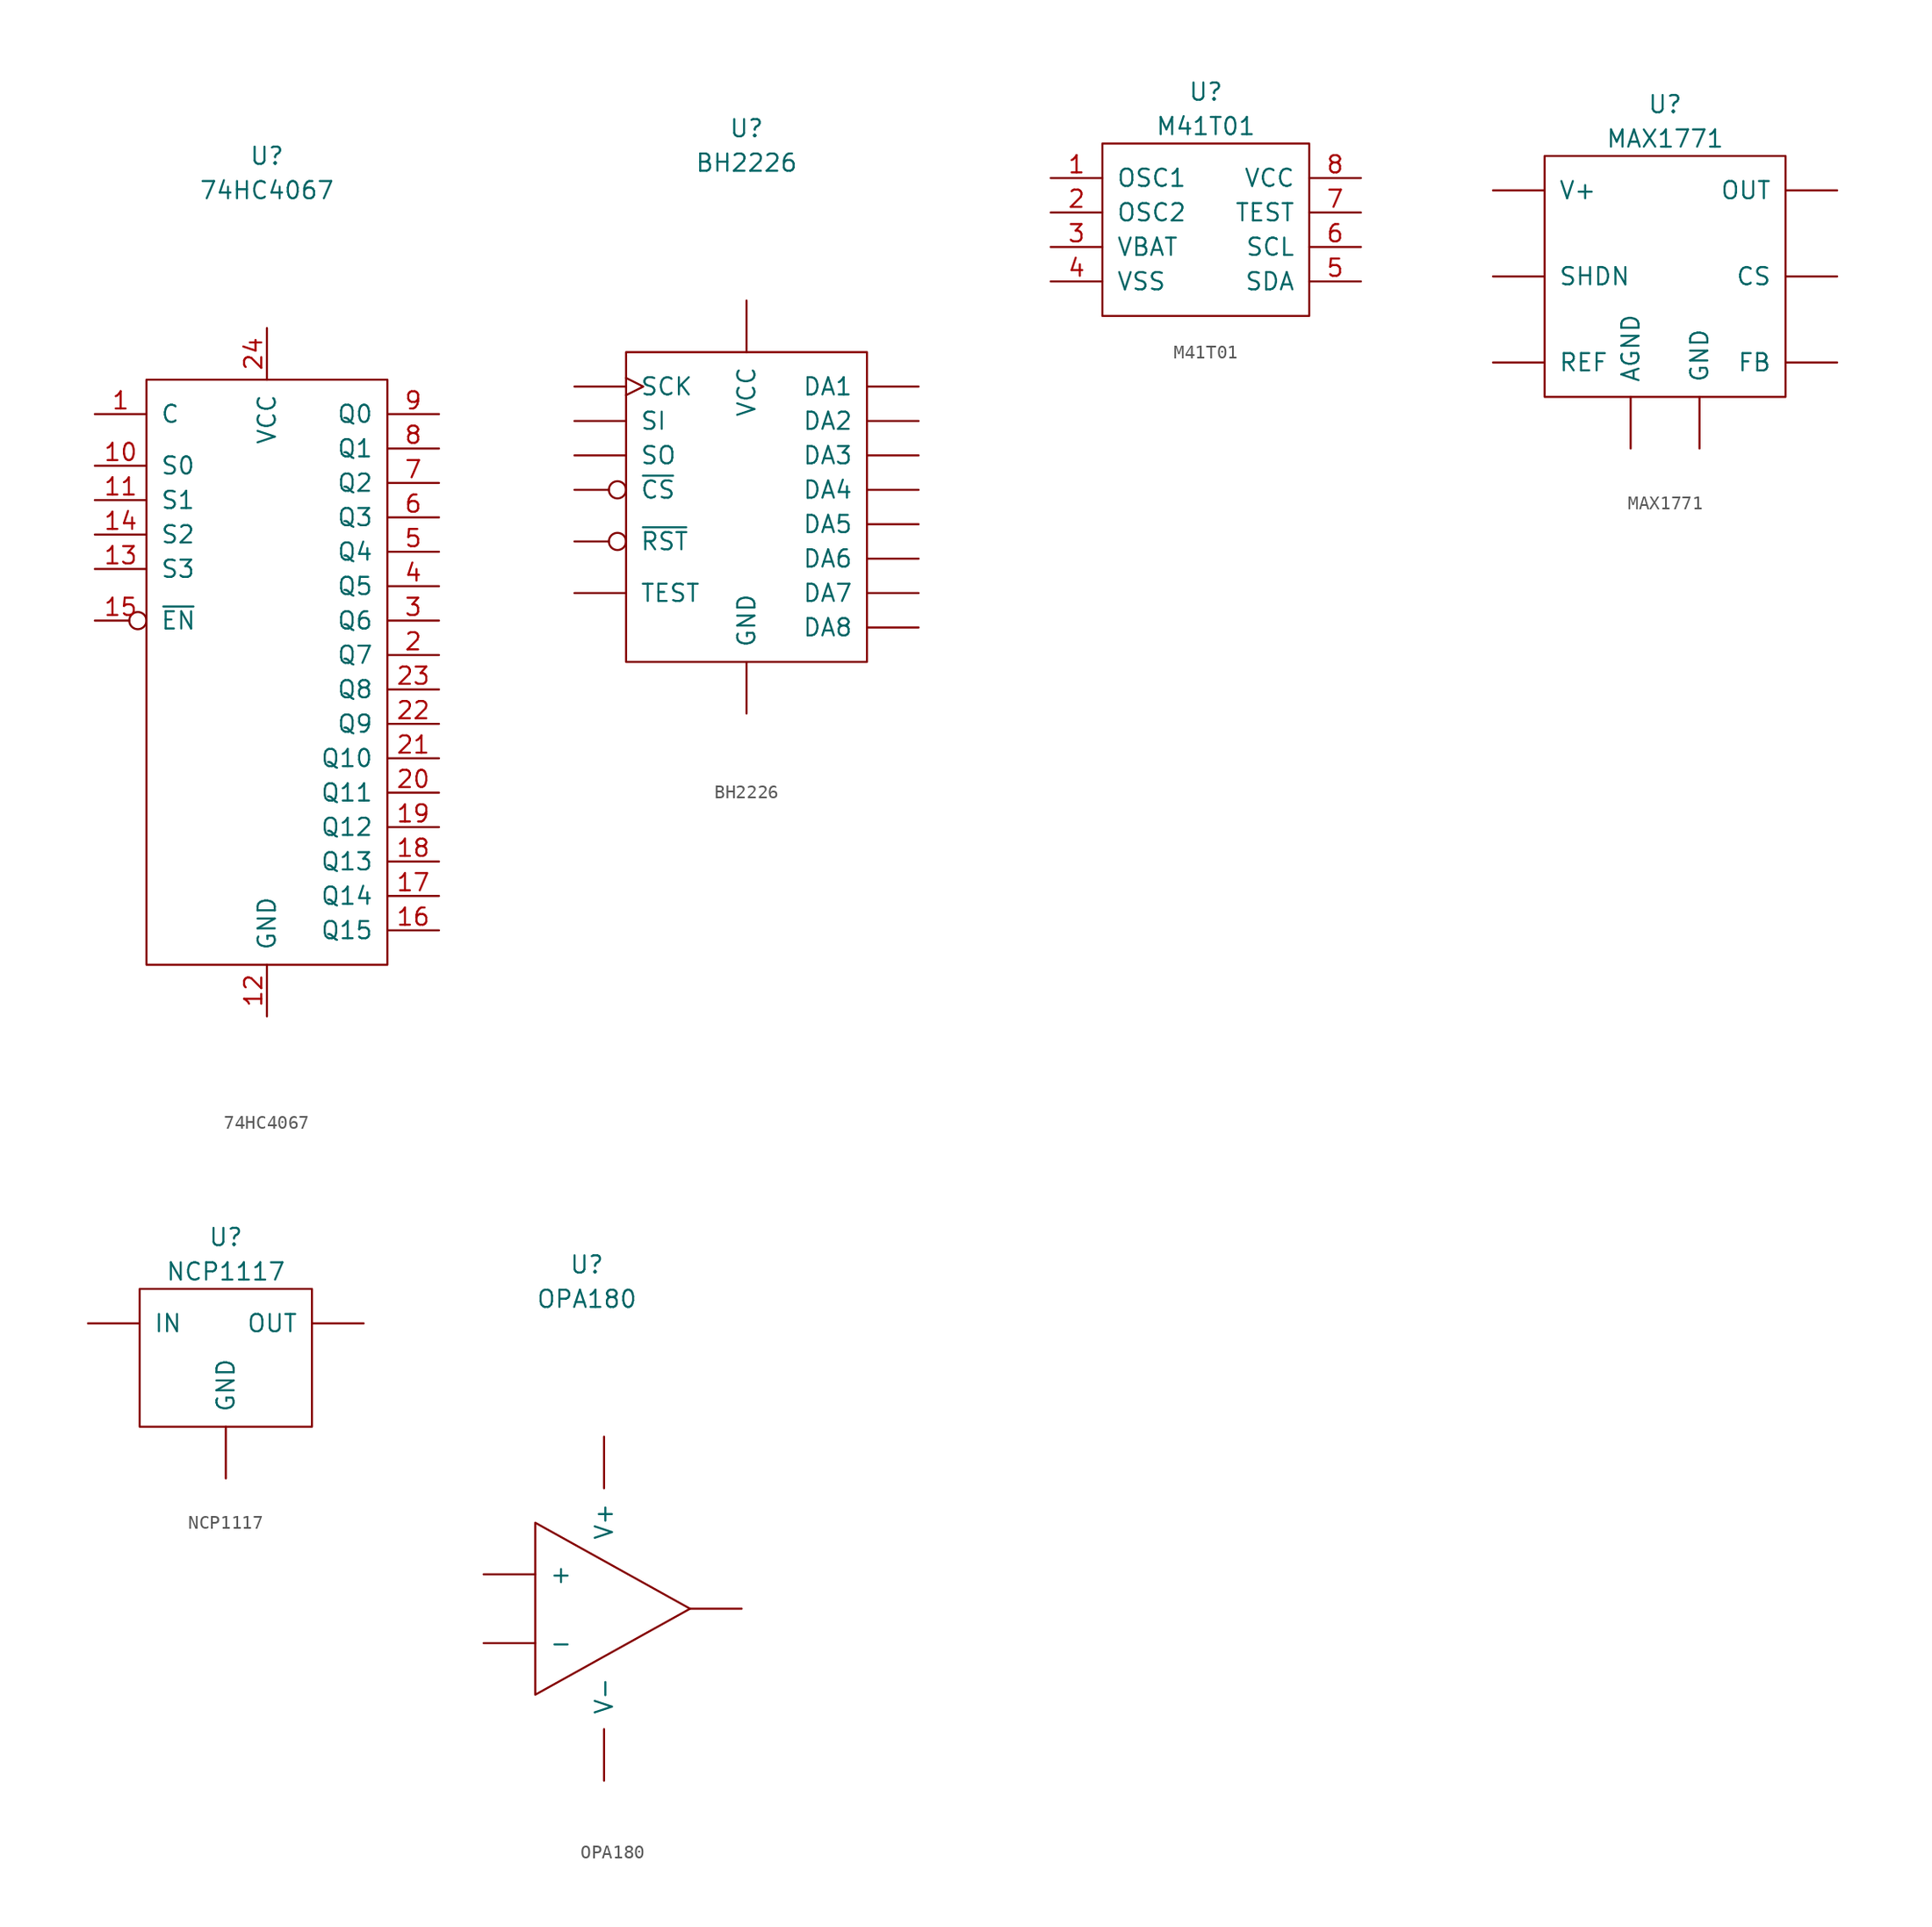
<source format=kicad_sym>
(kicad_symbol_lib
  (version 20211014)
  (generator kicad_symbol_editor)
  (symbol "74HC4067"
    (pin_names
      (offset 1.016))
    (property "Reference" "U"
      (at 0 36.83 0)
      (effects (font (size 1.27 1.27))))
    (property "Value" "74HC4067"
      (at 0 34.29 0)
      (effects (font (size 1.27 1.27))))
    (symbol "74HC4067_0_1"
      (rectangle (start -8.89 20.32) (end 8.89 -22.86) (stroke (width 0) (type default) (color 0 0 0 0)) (fill (type none))))
    (symbol "74HC4067_1_1"
      (pin bidirectional line (at -12.7 17.78 0) (length 3.81) (name "C" (effects (font (size 1.27 1.27)))) (number "1" (effects (font (size 1.27 1.27)))))
      (pin input line (at -12.7 13.97 0) (length 3.81) (name "S0" (effects (font (size 1.27 1.27)))) (number "10" (effects (font (size 1.27 1.27)))))
      (pin input line (at -12.7 11.43 0) (length 3.81) (name "S1" (effects (font (size 1.27 1.27)))) (number "11" (effects (font (size 1.27 1.27)))))
      (pin power_in line (at 0 -26.67 90) (length 3.81) (name "GND" (effects (font (size 1.27 1.27)))) (number "12" (effects (font (size 1.27 1.27)))))
      (pin input line (at -12.7 6.35 0) (length 3.81) (name "S3" (effects (font (size 1.27 1.27)))) (number "13" (effects (font (size 1.27 1.27)))))
      (pin input line (at -12.7 8.89 0) (length 3.81) (name "S2" (effects (font (size 1.27 1.27)))) (number "14" (effects (font (size 1.27 1.27)))))
      (pin input inverted (at -12.7 2.54 0) (length 3.81) (name "~{EN}" (effects (font (size 1.27 1.27)))) (number "15" (effects (font (size 1.27 1.27)))))
      (pin bidirectional line (at 12.7 -20.32 180) (length 3.81) (name "Q15" (effects (font (size 1.27 1.27)))) (number "16" (effects (font (size 1.27 1.27)))))
      (pin bidirectional line (at 12.7 -17.78 180) (length 3.81) (name "Q14" (effects (font (size 1.27 1.27)))) (number "17" (effects (font (size 1.27 1.27)))))
      (pin bidirectional line (at 12.7 -15.24 180) (length 3.81) (name "Q13" (effects (font (size 1.27 1.27)))) (number "18" (effects (font (size 1.27 1.27)))))
      (pin bidirectional line (at 12.7 -12.7 180) (length 3.81) (name "Q12" (effects (font (size 1.27 1.27)))) (number "19" (effects (font (size 1.27 1.27)))))
      (pin bidirectional line (at 12.7 0 180) (length 3.81) (name "Q7" (effects (font (size 1.27 1.27)))) (number "2" (effects (font (size 1.27 1.27)))))
      (pin bidirectional line (at 12.7 -10.16 180) (length 3.81) (name "Q11" (effects (font (size 1.27 1.27)))) (number "20" (effects (font (size 1.27 1.27)))))
      (pin bidirectional line (at 12.7 -7.62 180) (length 3.81) (name "Q10" (effects (font (size 1.27 1.27)))) (number "21" (effects (font (size 1.27 1.27)))))
      (pin bidirectional line (at 12.7 -5.08 180) (length 3.81) (name "Q9" (effects (font (size 1.27 1.27)))) (number "22" (effects (font (size 1.27 1.27)))))
      (pin bidirectional line (at 12.7 -2.54 180) (length 3.81) (name "Q8" (effects (font (size 1.27 1.27)))) (number "23" (effects (font (size 1.27 1.27)))))
      (pin power_in line (at 0 24.13 270) (length 3.81) (name "VCC" (effects (font (size 1.27 1.27)))) (number "24" (effects (font (size 1.27 1.27)))))
      (pin bidirectional line (at 12.7 2.54 180) (length 3.81) (name "Q6" (effects (font (size 1.27 1.27)))) (number "3" (effects (font (size 1.27 1.27)))))
      (pin bidirectional line (at 12.7 5.08 180) (length 3.81) (name "Q5" (effects (font (size 1.27 1.27)))) (number "4" (effects (font (size 1.27 1.27)))))
      (pin bidirectional line (at 12.7 7.62 180) (length 3.81) (name "Q4" (effects (font (size 1.27 1.27)))) (number "5" (effects (font (size 1.27 1.27)))))
      (pin bidirectional line (at 12.7 10.16 180) (length 3.81) (name "Q3" (effects (font (size 1.27 1.27)))) (number "6" (effects (font (size 1.27 1.27)))))
      (pin bidirectional line (at 12.7 12.7 180) (length 3.81) (name "Q2" (effects (font (size 1.27 1.27)))) (number "7" (effects (font (size 1.27 1.27)))))
      (pin bidirectional line (at 12.7 15.24 180) (length 3.81) (name "Q1" (effects (font (size 1.27 1.27)))) (number "8" (effects (font (size 1.27 1.27)))))
      (pin bidirectional line (at 12.7 17.78 180) (length 3.81) (name "Q0" (effects (font (size 1.27 1.27)))) (number "9" (effects (font (size 1.27 1.27)))))))
  (symbol "BH2226"
    (pin_numbers hide)
    (pin_names
      (offset 1.016))
    (property "Reference" "U"
      (at 0 27.94 0)
      (effects (font (size 1.27 1.27))))
    (property "Value" "BH2226"
      (at 0 25.4 0)
      (effects (font (size 1.27 1.27))))
    (symbol "BH2226_0_1"
      (rectangle (start -8.89 11.43) (end 8.89 -11.43) (stroke (width 0) (type default) (color 0 0 0 0)) (fill (type none))))
    (symbol "BH2226_1_1"
      (pin output line (at 12.7 8.89 180) (length 3.81) (name "DA1" (effects (font (size 1.27 1.27)))) (number "1" (effects (font (size 1.27 1.27)))))
      (pin input inverted (at -12.7 -2.54 0) (length 3.81) (name "~{RST}" (effects (font (size 1.27 1.27)))) (number "10" (effects (font (size 1.27 1.27)))))
      (pin passive line (at -12.7 -6.35 0) (length 3.81) (name "TEST" (effects (font (size 1.27 1.27)))) (number "11" (effects (font (size 1.27 1.27)))))
      (pin input inverted (at -12.7 1.27 0) (length 3.81) (name "~{CS}" (effects (font (size 1.27 1.27)))) (number "12" (effects (font (size 1.27 1.27)))))
      (pin input clock (at -12.7 8.89 0) (length 3.81) (name "SCK" (effects (font (size 1.27 1.27)))) (number "13" (effects (font (size 1.27 1.27)))))
      (pin input line (at -12.7 6.35 0) (length 3.81) (name "SI" (effects (font (size 1.27 1.27)))) (number "14" (effects (font (size 1.27 1.27)))))
      (pin output line (at -12.7 3.81 0) (length 3.81) (name "SO" (effects (font (size 1.27 1.27)))) (number "15" (effects (font (size 1.27 1.27)))))
      (pin power_in line (at 0 -15.24 90) (length 3.81) (name "GND" (effects (font (size 1.27 1.27)))) (number "16" (effects (font (size 1.27 1.27)))))
      (pin output line (at 12.7 6.35 180) (length 3.81) (name "DA2" (effects (font (size 1.27 1.27)))) (number "2" (effects (font (size 1.27 1.27)))))
      (pin output line (at 12.7 3.81 180) (length 3.81) (name "DA3" (effects (font (size 1.27 1.27)))) (number "3" (effects (font (size 1.27 1.27)))))
      (pin output line (at 12.7 1.27 180) (length 3.81) (name "DA4" (effects (font (size 1.27 1.27)))) (number "4" (effects (font (size 1.27 1.27)))))
      (pin output line (at 12.7 -1.27 180) (length 3.81) (name "DA5" (effects (font (size 1.27 1.27)))) (number "5" (effects (font (size 1.27 1.27)))))
      (pin output line (at 12.7 -3.81 180) (length 3.81) (name "DA6" (effects (font (size 1.27 1.27)))) (number "6" (effects (font (size 1.27 1.27)))))
      (pin output line (at 12.7 -6.35 180) (length 3.81) (name "DA7" (effects (font (size 1.27 1.27)))) (number "7" (effects (font (size 1.27 1.27)))))
      (pin output line (at 12.7 -8.89 180) (length 3.81) (name "DA8" (effects (font (size 1.27 1.27)))) (number "8" (effects (font (size 1.27 1.27)))))
      (pin power_in line (at 0 15.24 270) (length 3.81) (name "VCC" (effects (font (size 1.27 1.27)))) (number "9" (effects (font (size 1.27 1.27)))))))
  (symbol "M41T01"
    (pin_names
      (offset 1.016))
    (property "Reference" "U"
      (at 0 10.16 0)
      (effects (font (size 1.27 1.27))))
    (property "Value" "M41T01"
      (at 0 7.62 0)
      (effects (font (size 1.27 1.27))))
    (symbol "M41T01_0_1"
      (rectangle (start -7.62 6.35) (end 7.62 -6.35) (stroke (width 0) (type default) (color 0 0 0 0)) (fill (type none))))
    (symbol "M41T01_1_1"
      (pin bidirectional line (at -11.43 3.81 0) (length 3.81) (name "OSC1" (effects (font (size 1.27 1.27)))) (number "1" (effects (font (size 1.27 1.27)))))
      (pin bidirectional line (at -11.43 1.27 0) (length 3.81) (name "OSC2" (effects (font (size 1.27 1.27)))) (number "2" (effects (font (size 1.27 1.27)))))
      (pin power_in line (at -11.43 -1.27 0) (length 3.81) (name "VBAT" (effects (font (size 1.27 1.27)))) (number "3" (effects (font (size 1.27 1.27)))))
      (pin power_in line (at -11.43 -3.81 0) (length 3.81) (name "VSS" (effects (font (size 1.27 1.27)))) (number "4" (effects (font (size 1.27 1.27)))))
      (pin bidirectional line (at 11.43 -3.81 180) (length 3.81) (name "SDA" (effects (font (size 1.27 1.27)))) (number "5" (effects (font (size 1.27 1.27)))))
      (pin input line (at 11.43 -1.27 180) (length 3.81) (name "SCL" (effects (font (size 1.27 1.27)))) (number "6" (effects (font (size 1.27 1.27)))))
      (pin open_collector line (at 11.43 1.27 180) (length 3.81) (name "TEST" (effects (font (size 1.27 1.27)))) (number "7" (effects (font (size 1.27 1.27)))))
      (pin power_in line (at 11.43 3.81 180) (length 3.81) (name "VCC" (effects (font (size 1.27 1.27)))) (number "8" (effects (font (size 1.27 1.27)))))))
  (symbol "MAX1771"
    (pin_numbers hide)
    (pin_names
      (offset 1.016))
    (property "Reference" "U"
      (at 0 12.7 0)
      (effects (font (size 1.27 1.27))))
    (property "Value" "MAX1771"
      (at 0 10.16 0)
      (effects (font (size 1.27 1.27))))
    (symbol "MAX1771_0_1"
      (rectangle (start -8.89 8.89) (end 8.89 -8.89) (stroke (width 0) (type default) (color 0 0 0 0)) (fill (type none))))
    (symbol "MAX1771_1_1"
      (pin output line (at 12.7 6.35 180) (length 3.81) (name "OUT" (effects (font (size 1.27 1.27)))) (number "1" (effects (font (size 1.27 1.27)))))
      (pin power_in line (at -12.7 6.35 0) (length 3.81) (name "V+" (effects (font (size 1.27 1.27)))) (number "2" (effects (font (size 1.27 1.27)))))
      (pin input line (at 12.7 -6.35 180) (length 3.81) (name "FB" (effects (font (size 1.27 1.27)))) (number "3" (effects (font (size 1.27 1.27)))))
      (pin input line (at -12.7 0 0) (length 3.81) (name "SHDN" (effects (font (size 1.27 1.27)))) (number "4" (effects (font (size 1.27 1.27)))))
      (pin input line (at -12.7 -6.35 0) (length 3.81) (name "REF" (effects (font (size 1.27 1.27)))) (number "5" (effects (font (size 1.27 1.27)))))
      (pin power_in line (at -2.54 -12.7 90) (length 3.81) (name "AGND" (effects (font (size 1.27 1.27)))) (number "6" (effects (font (size 1.27 1.27)))))
      (pin power_in line (at 2.54 -12.7 90) (length 3.81) (name "GND" (effects (font (size 1.27 1.27)))) (number "7" (effects (font (size 1.27 1.27)))))
      (pin input line (at 12.7 0 180) (length 3.81) (name "CS" (effects (font (size 1.27 1.27)))) (number "8" (effects (font (size 1.27 1.27)))))))
  (symbol "NCP1117"
    (pin_numbers hide)
    (pin_names
      (offset 1.016))
    (property "Reference" "U"
      (at 0 8.89 0)
      (effects (font (size 1.27 1.27))))
    (property "Value" "NCP1117"
      (at 0 6.35 0)
      (effects (font (size 1.27 1.27))))
    (symbol "NCP1117_0_1"
      (rectangle (start -6.35 5.08) (end 6.35 -5.08) (stroke (width 0) (type default) (color 0 0 0 0)) (fill (type none))))
    (symbol "NCP1117_1_1"
      (pin power_in line (at 0 -8.89 90) (length 3.81) (name "GND" (effects (font (size 1.27 1.27)))) (number "1" (effects (font (size 1.27 1.27)))))
      (pin power_out line (at 10.16 2.54 180) (length 3.81) (name "OUT" (effects (font (size 1.27 1.27)))) (number "2" (effects (font (size 1.27 1.27)))))
      (pin power_in line (at -10.16 2.54 0) (length 3.81) (name "IN" (effects (font (size 1.27 1.27)))) (number "3" (effects (font (size 1.27 1.27)))))))
  (symbol "OPA180"
    (pin_numbers hide)
    (pin_names
      (offset 1.016))
    (property "Reference" "U"
      (at 0 25.4 0)
      (effects (font (size 1.27 1.27))))
    (property "Value" "OPA180"
      (at 0 22.86 0)
      (effects (font (size 1.27 1.27))))
    (symbol "OPA180_0_1"
      (polyline (pts (xy -3.81 6.35) (xy -3.81 -6.35) (xy 7.62 0) (xy -3.81 6.35)) (stroke (width 0) (type default) (color 0 0 0 0)) (fill (type none))))
    (symbol "OPA180_1_1"
      (pin output line (at 11.43 0 180) (length 3.81) (name "~" (effects (font (size 1.27 1.27)))) (number "1" (effects (font (size 1.27 1.27)))))
      (pin power_in line (at 1.27 -12.7 90) (length 3.81) (name "V-" (effects (font (size 1.27 1.27)))) (number "2" (effects (font (size 1.27 1.27)))))
      (pin input line (at -7.62 2.54 0) (length 3.81) (name "+" (effects (font (size 1.27 1.27)))) (number "3" (effects (font (size 1.27 1.27)))))
      (pin input line (at -7.62 -2.54 0) (length 3.81) (name "-" (effects (font (size 1.27 1.27)))) (number "4" (effects (font (size 1.27 1.27)))))
      (pin power_in line (at 1.27 12.7 270) (length 3.81) (name "V+" (effects (font (size 1.27 1.27)))) (number "5" (effects (font (size 1.27 1.27))))))))
</source>
